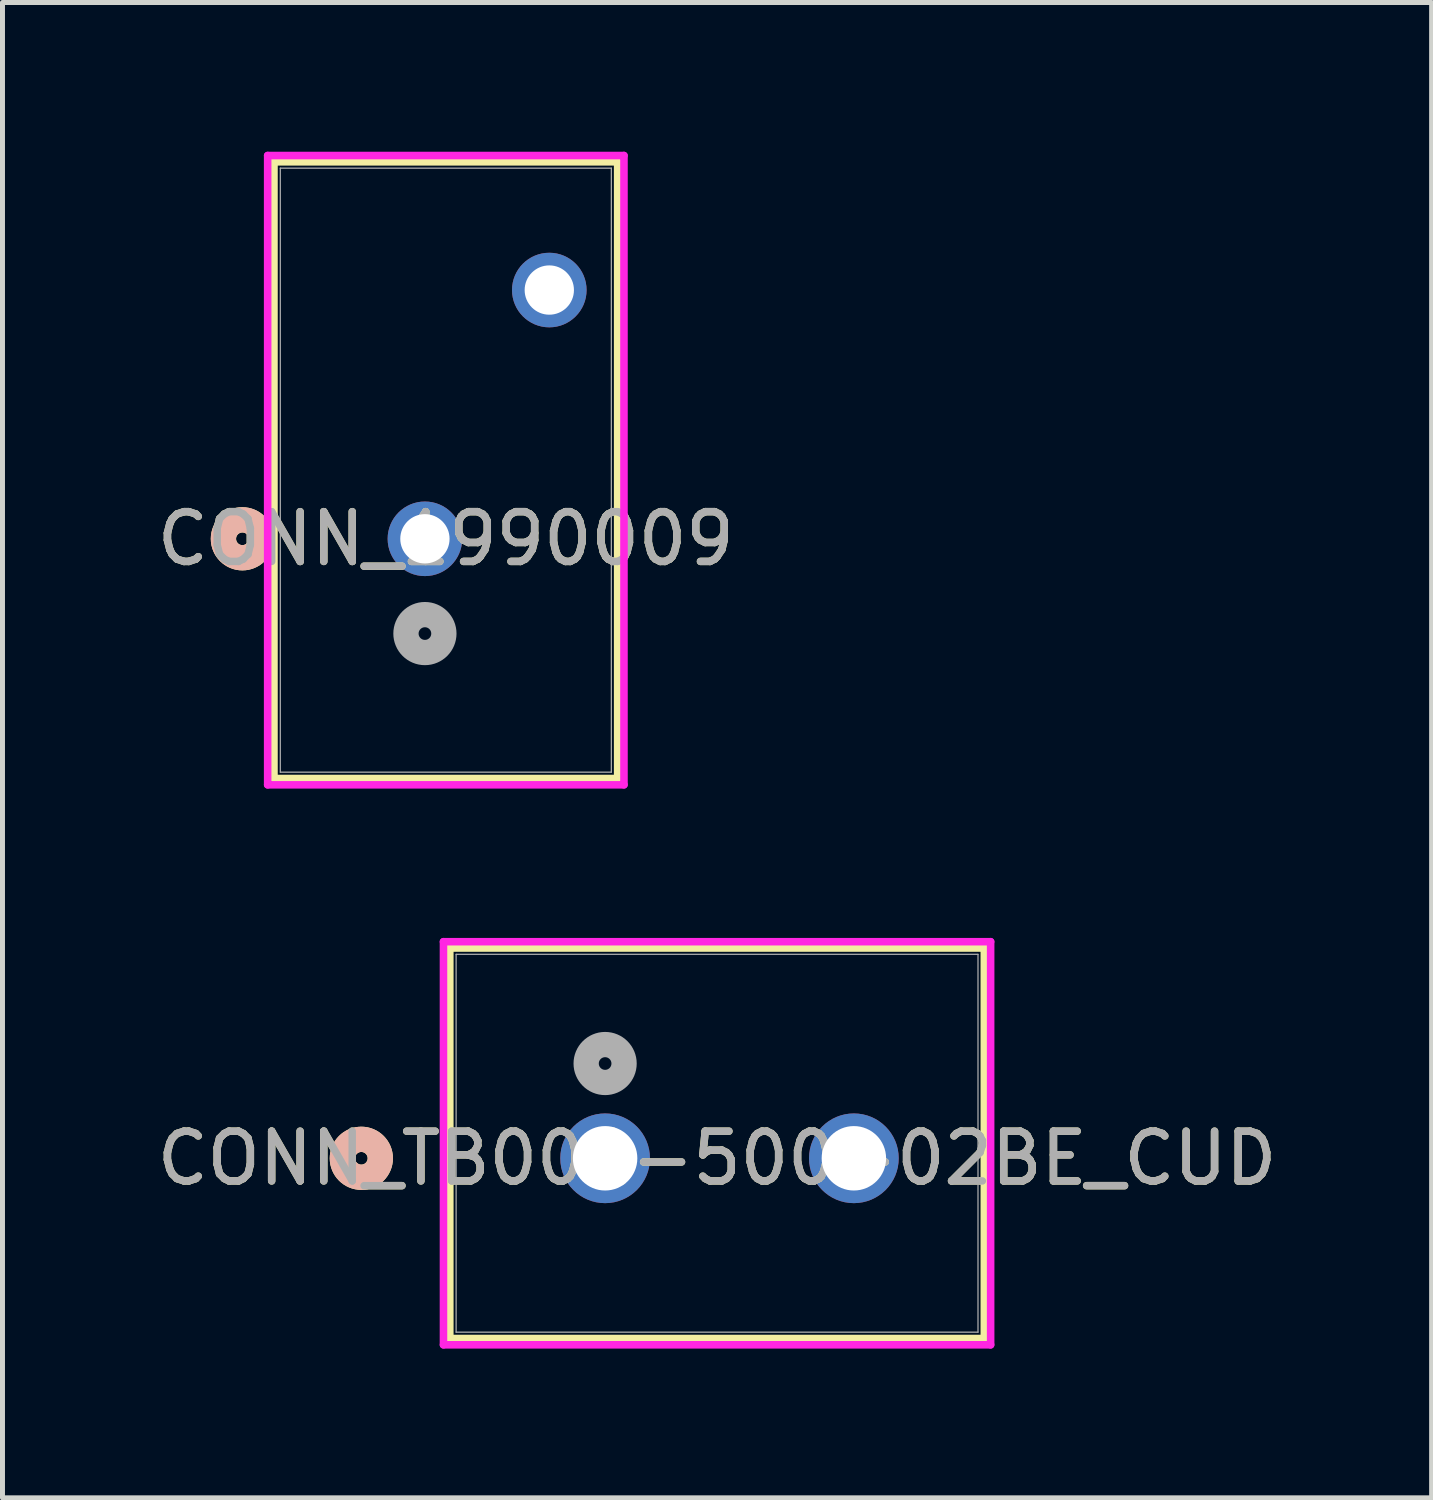
<source format=kicad_pcb>
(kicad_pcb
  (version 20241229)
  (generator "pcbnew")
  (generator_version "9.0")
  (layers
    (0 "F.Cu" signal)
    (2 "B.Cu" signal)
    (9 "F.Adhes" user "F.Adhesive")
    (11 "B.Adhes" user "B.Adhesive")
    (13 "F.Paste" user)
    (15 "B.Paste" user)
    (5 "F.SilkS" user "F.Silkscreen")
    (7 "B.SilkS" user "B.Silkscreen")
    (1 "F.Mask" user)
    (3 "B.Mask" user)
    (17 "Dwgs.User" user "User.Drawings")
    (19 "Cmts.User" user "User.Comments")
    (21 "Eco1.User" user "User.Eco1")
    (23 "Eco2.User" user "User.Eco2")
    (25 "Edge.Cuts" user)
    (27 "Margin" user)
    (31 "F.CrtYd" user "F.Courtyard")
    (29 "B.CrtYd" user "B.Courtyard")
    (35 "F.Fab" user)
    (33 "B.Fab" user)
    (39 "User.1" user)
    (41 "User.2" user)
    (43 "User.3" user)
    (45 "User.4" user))
  (footprint "CONN_1990009"
    (layer "F.Cu")
    (at 6.331 7.78)
    (property "Reference" "CONN_1990009" (at -0.42 0 0) (unlocked yes) (layer "F.SilkS") (effects (font (size 1 1) (thickness 0.15))))
    (attr through_hole)
    (fp_line (start -3.874 -7.577) (end -3.874 4.818) (stroke (width 0.152) (type solid)) (layer "F.SilkS"))
    (fp_line (start -3.874 4.818) (end 3.034 4.818) (stroke (width 0.152) (type solid)) (layer "F.SilkS"))
    (fp_line (start 3.034 -7.577) (end -3.874 -7.577) (stroke (width 0.152) (type solid)) (layer "F.SilkS"))
    (fp_line (start 3.034 4.818) (end 3.034 -7.577) (stroke (width 0.152) (type solid)) (layer "F.SilkS"))
    (fp_circle (center -4.509 0) (end -4.128 0) (stroke (width 0.508) (type solid)) (fill no) (layer "F.SilkS"))
    (fp_circle (center -4.509 0) (end -4.128 0) (stroke (width 0.508) (type solid)) (fill no) (layer "B.SilkS"))
    (fp_line (start -4.001 -7.704) (end -4.001 4.945) (stroke (width 0.152) (type solid)) (layer "F.CrtYd"))
    (fp_line (start -4.001 4.945) (end 3.161 4.945) (stroke (width 0.152) (type solid)) (layer "F.CrtYd"))
    (fp_line (start 3.161 -7.704) (end -4.001 -7.704) (stroke (width 0.152) (type solid)) (layer "F.CrtYd"))
    (fp_line (start 3.161 4.945) (end 3.161 -7.704) (stroke (width 0.152) (type solid)) (layer "F.CrtYd"))
    (fp_line (start -3.747 -7.45) (end -3.747 4.691) (stroke (width 0.025) (type solid)) (layer "F.Fab"))
    (fp_line (start -3.747 4.691) (end 2.907 4.691) (stroke (width 0.025) (type solid)) (layer "F.Fab"))
    (fp_line (start 2.907 -7.45) (end -3.747 -7.45) (stroke (width 0.025) (type solid)) (layer "F.Fab"))
    (fp_line (start 2.907 4.691) (end 2.907 -7.45) (stroke (width 0.025) (type solid)) (layer "F.Fab"))
    (fp_circle (center -0.84 1.905) (end -0.459 1.905) (stroke (width 0.508) (type solid)) (fill no) (layer "F.Fab"))
    (fp_text user "${REFERENCE}" (at -0.42 0 0) (unlocked yes) (layer "F.Fab") (effects (font (size 1 1) (thickness 0.15))))
    (pad "1" thru_hole circle (at -0.84 0) (size 1.499 1.499) (drill 0.991) (layers "*.Cu" "*.Mask"))
    (pad "2" thru_hole circle (at 1.66 -5) (size 1.499 1.499) (drill 0.991) (layers "*.Cu" "*.Mask")))
  (footprint "CONN_TB002-500-02BE_CUD"
    (layer "F.Cu")
    (at 9.113 20.232)
    (property "Reference" "CONN_TB002-500-02BE_CUD" (at 2.25 0 0) (unlocked yes) (layer "F.SilkS") (effects (font (size 1 1) (thickness 0.15))))
    (attr through_hole)
    (fp_line (start -3.122 -4.227) (end -3.122 3.622) (stroke (width 0.152) (type solid)) (layer "F.SilkS"))
    (fp_line (start -3.122 3.622) (end 7.622 3.622) (stroke (width 0.152) (type solid)) (layer "F.SilkS"))
    (fp_line (start 7.622 -4.227) (end -3.122 -4.227) (stroke (width 0.152) (type solid)) (layer "F.SilkS"))
    (fp_line (start 7.622 3.622) (end 7.622 -4.227) (stroke (width 0.152) (type solid)) (layer "F.SilkS"))
    (fp_circle (center -4.9 0) (end -4.519 0) (stroke (width 0.508) (type solid)) (fill no) (layer "F.SilkS"))
    (fp_circle (center -4.9 0) (end -4.519 0) (stroke (width 0.508) (type solid)) (fill no) (layer "B.SilkS"))
    (fp_line (start -3.249 -4.354) (end -3.249 3.749) (stroke (width 0.152) (type solid)) (layer "F.CrtYd"))
    (fp_line (start -3.249 3.749) (end 7.749 3.749) (stroke (width 0.152) (type solid)) (layer "F.CrtYd"))
    (fp_line (start 7.749 -4.354) (end -3.249 -4.354) (stroke (width 0.152) (type solid)) (layer "F.CrtYd"))
    (fp_line (start 7.749 3.749) (end 7.749 -4.354) (stroke (width 0.152) (type solid)) (layer "F.CrtYd"))
    (fp_line (start -2.995 -4.1) (end -2.995 3.495) (stroke (width 0.025) (type solid)) (layer "F.Fab"))
    (fp_line (start -2.995 3.495) (end 7.495 3.495) (stroke (width 0.025) (type solid)) (layer "F.Fab"))
    (fp_line (start 7.495 -4.1) (end -2.995 -4.1) (stroke (width 0.025) (type solid)) (layer "F.Fab"))
    (fp_line (start 7.495 3.495) (end 7.495 -4.1) (stroke (width 0.025) (type solid)) (layer "F.Fab"))
    (fp_circle (center 0 -1.905) (end 0.381 -1.905) (stroke (width 0.508) (type solid)) (fill no) (layer "F.Fab"))
    (fp_text user "${REFERENCE}" (at 2.25 0 0) (unlocked yes) (layer "F.Fab") (effects (font (size 1 1) (thickness 0.15))))
    (pad "1" thru_hole circle (at -0.000001 0) (size 1.803 1.803) (drill 1.295) (layers "*.Cu" "*.Mask"))
    (pad "2" thru_hole circle (at 5 0) (size 1.803 1.803) (drill 1.295) (layers "*.Cu" "*.Mask")))
  (gr_rect
    (start -3 -3)
    (end 25.726 27.057)
    (stroke (width 0.1) (type default))
    (fill no)
    (layer "Edge.Cuts")))
</source>
